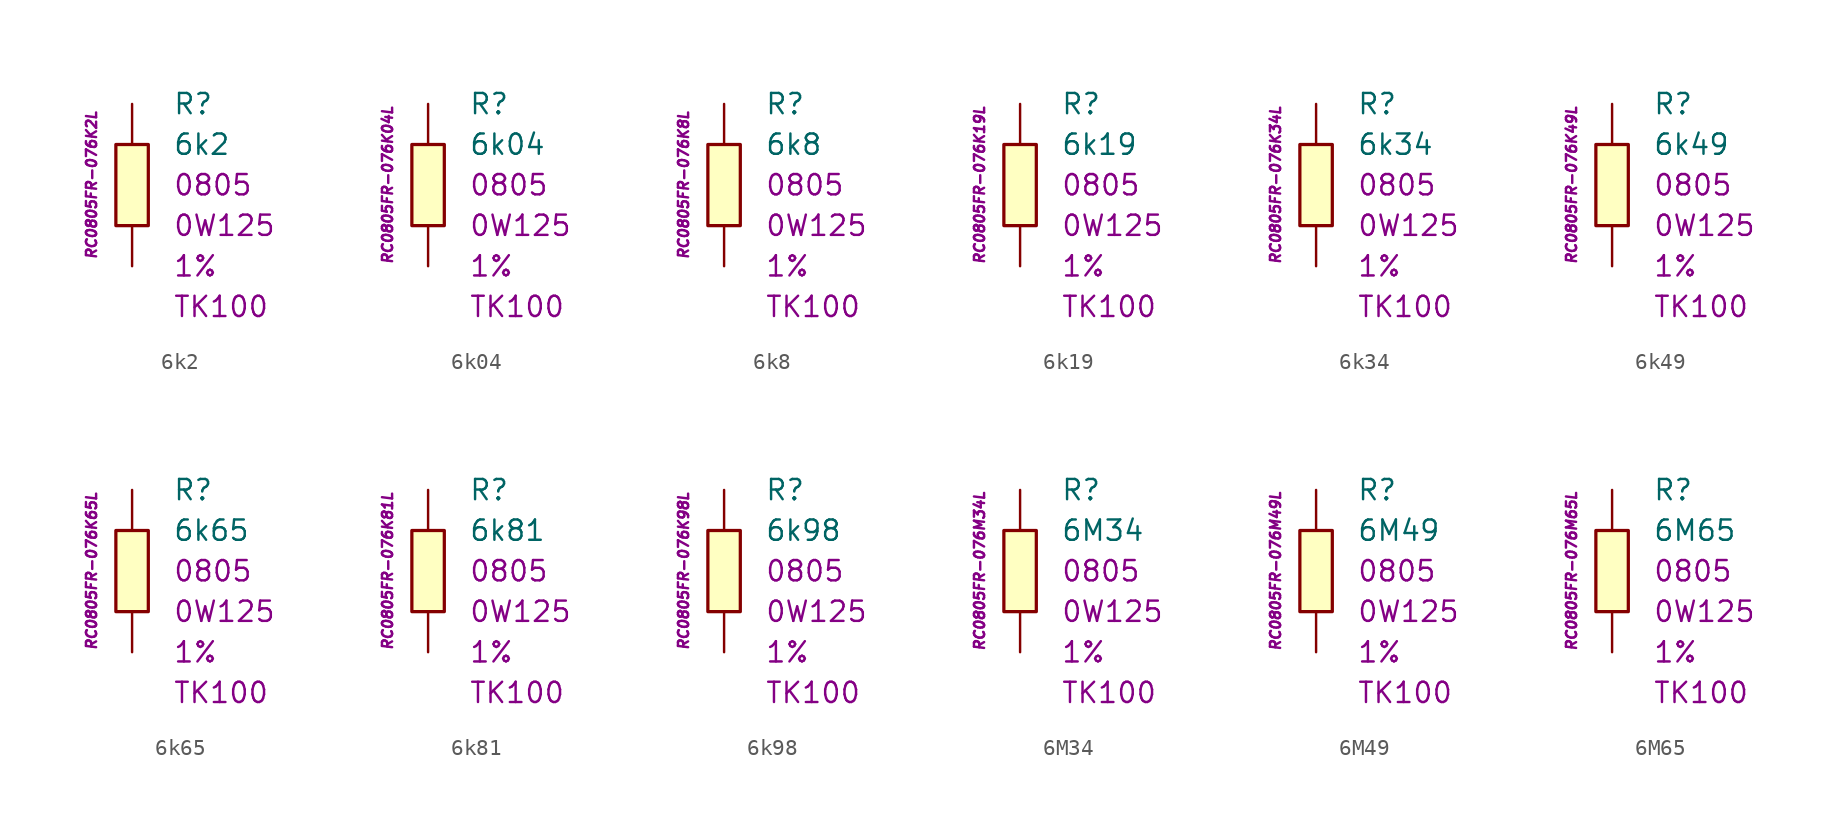
<source format=kicad_sym>
(kicad_symbol_lib
  (version 20201005)
  (generator kicad_symbol_editor)
  (symbol "6k2"
    (pin_numbers hide)
    (pin_names
      (offset 1.016) hide)
    (property "Reference" "R"
      (at 2.54 5.08 0)
      (effects (font (size 1.27 1.27)) (justify left)))
    (property "Value" "6k2"
      (at 2.54 2.54 0)
      (effects (font (size 1.27 1.27)) (justify left)))
    (property "Package" "0805"
      (at 2.54 0 0)
      (effects (font (size 1.27 1.27)) (justify left)))
    (property "Power" "0W125"
      (at 2.54 -2.54 0)
      (effects (font (size 1.27 1.27)) (justify left)))
    (property "Tolerance" "1%"
      (at 2.54 -5.08 0)
      (effects (font (size 1.27 1.27)) (justify left)))
    (property "TK" "TK100"
      (at 2.54 -7.62 0)
      (effects (font (size 1.27 1.27)) (justify left)))
    (property "ID" "RC0805FR-076K2L"
      (at -2.54 0 90)
      (effects (font (size 0.635 0.635) italic)))
    (symbol "6k2_0_1"
      (rectangle (start -1.016 2.54) (end 1.016 -2.54) (stroke (width 0.203)) (fill (type background))))
    (symbol "6k2_1_1"
      (pin passive line (at 0 5.08 270) (length 2.54) (name "~" (effects (font (size 1.778 1.778)))) (number "1" (effects (font (size 1.778 1.778)))))
      (pin passive line (at 0 -5.08 90) (length 2.54) (name "~" (effects (font (size 1.778 1.778)))) (number "2" (effects (font (size 1.778 1.778)))))))
  (symbol "6k04"
    (pin_numbers hide)
    (pin_names
      (offset 1.016) hide)
    (property "Reference" "R"
      (at 2.54 5.08 0)
      (effects (font (size 1.27 1.27)) (justify left)))
    (property "Value" "6k04"
      (at 2.54 2.54 0)
      (effects (font (size 1.27 1.27)) (justify left)))
    (property "Package" "0805"
      (at 2.54 0 0)
      (effects (font (size 1.27 1.27)) (justify left)))
    (property "Power" "0W125"
      (at 2.54 -2.54 0)
      (effects (font (size 1.27 1.27)) (justify left)))
    (property "Tolerance" "1%"
      (at 2.54 -5.08 0)
      (effects (font (size 1.27 1.27)) (justify left)))
    (property "TK" "TK100"
      (at 2.54 -7.62 0)
      (effects (font (size 1.27 1.27)) (justify left)))
    (property "ID" "RC0805FR-076K04L"
      (at -2.54 0 90)
      (effects (font (size 0.635 0.635) italic)))
    (symbol "6k04_0_1"
      (rectangle (start -1.016 2.54) (end 1.016 -2.54) (stroke (width 0.203)) (fill (type background))))
    (symbol "6k04_1_1"
      (pin passive line (at 0 5.08 270) (length 2.54) (name "~" (effects (font (size 1.778 1.778)))) (number "1" (effects (font (size 1.778 1.778)))))
      (pin passive line (at 0 -5.08 90) (length 2.54) (name "~" (effects (font (size 1.778 1.778)))) (number "2" (effects (font (size 1.778 1.778)))))))
  (symbol "6k8"
    (pin_numbers hide)
    (pin_names
      (offset 1.016) hide)
    (property "Reference" "R"
      (at 2.54 5.08 0)
      (effects (font (size 1.27 1.27)) (justify left)))
    (property "Value" "6k8"
      (at 2.54 2.54 0)
      (effects (font (size 1.27 1.27)) (justify left)))
    (property "Package" "0805"
      (at 2.54 0 0)
      (effects (font (size 1.27 1.27)) (justify left)))
    (property "Power" "0W125"
      (at 2.54 -2.54 0)
      (effects (font (size 1.27 1.27)) (justify left)))
    (property "Tolerance" "1%"
      (at 2.54 -5.08 0)
      (effects (font (size 1.27 1.27)) (justify left)))
    (property "TK" "TK100"
      (at 2.54 -7.62 0)
      (effects (font (size 1.27 1.27)) (justify left)))
    (property "ID" "RC0805FR-076K8L"
      (at -2.54 0 90)
      (effects (font (size 0.635 0.635) italic)))
    (symbol "6k8_0_1"
      (rectangle (start -1.016 2.54) (end 1.016 -2.54) (stroke (width 0.203)) (fill (type background))))
    (symbol "6k8_1_1"
      (pin passive line (at 0 5.08 270) (length 2.54) (name "~" (effects (font (size 1.778 1.778)))) (number "1" (effects (font (size 1.778 1.778)))))
      (pin passive line (at 0 -5.08 90) (length 2.54) (name "~" (effects (font (size 1.778 1.778)))) (number "2" (effects (font (size 1.778 1.778)))))))
  (symbol "6k19"
    (pin_numbers hide)
    (pin_names
      (offset 1.016) hide)
    (property "Reference" "R"
      (at 2.54 5.08 0)
      (effects (font (size 1.27 1.27)) (justify left)))
    (property "Value" "6k19"
      (at 2.54 2.54 0)
      (effects (font (size 1.27 1.27)) (justify left)))
    (property "Package" "0805"
      (at 2.54 0 0)
      (effects (font (size 1.27 1.27)) (justify left)))
    (property "Power" "0W125"
      (at 2.54 -2.54 0)
      (effects (font (size 1.27 1.27)) (justify left)))
    (property "Tolerance" "1%"
      (at 2.54 -5.08 0)
      (effects (font (size 1.27 1.27)) (justify left)))
    (property "TK" "TK100"
      (at 2.54 -7.62 0)
      (effects (font (size 1.27 1.27)) (justify left)))
    (property "ID" "RC0805FR-076K19L"
      (at -2.54 0 90)
      (effects (font (size 0.635 0.635) italic)))
    (symbol "6k19_0_1"
      (rectangle (start -1.016 2.54) (end 1.016 -2.54) (stroke (width 0.203)) (fill (type background))))
    (symbol "6k19_1_1"
      (pin passive line (at 0 5.08 270) (length 2.54) (name "~" (effects (font (size 1.778 1.778)))) (number "1" (effects (font (size 1.778 1.778)))))
      (pin passive line (at 0 -5.08 90) (length 2.54) (name "~" (effects (font (size 1.778 1.778)))) (number "2" (effects (font (size 1.778 1.778)))))))
  (symbol "6k34"
    (pin_numbers hide)
    (pin_names
      (offset 1.016) hide)
    (property "Reference" "R"
      (at 2.54 5.08 0)
      (effects (font (size 1.27 1.27)) (justify left)))
    (property "Value" "6k34"
      (at 2.54 2.54 0)
      (effects (font (size 1.27 1.27)) (justify left)))
    (property "Package" "0805"
      (at 2.54 0 0)
      (effects (font (size 1.27 1.27)) (justify left)))
    (property "Power" "0W125"
      (at 2.54 -2.54 0)
      (effects (font (size 1.27 1.27)) (justify left)))
    (property "Tolerance" "1%"
      (at 2.54 -5.08 0)
      (effects (font (size 1.27 1.27)) (justify left)))
    (property "TK" "TK100"
      (at 2.54 -7.62 0)
      (effects (font (size 1.27 1.27)) (justify left)))
    (property "ID" "RC0805FR-076K34L"
      (at -2.54 0 90)
      (effects (font (size 0.635 0.635) italic)))
    (symbol "6k34_0_1"
      (rectangle (start -1.016 2.54) (end 1.016 -2.54) (stroke (width 0.203)) (fill (type background))))
    (symbol "6k34_1_1"
      (pin passive line (at 0 5.08 270) (length 2.54) (name "~" (effects (font (size 1.778 1.778)))) (number "1" (effects (font (size 1.778 1.778)))))
      (pin passive line (at 0 -5.08 90) (length 2.54) (name "~" (effects (font (size 1.778 1.778)))) (number "2" (effects (font (size 1.778 1.778)))))))
  (symbol "6k49"
    (pin_numbers hide)
    (pin_names
      (offset 1.016) hide)
    (property "Reference" "R"
      (at 2.54 5.08 0)
      (effects (font (size 1.27 1.27)) (justify left)))
    (property "Value" "6k49"
      (at 2.54 2.54 0)
      (effects (font (size 1.27 1.27)) (justify left)))
    (property "Package" "0805"
      (at 2.54 0 0)
      (effects (font (size 1.27 1.27)) (justify left)))
    (property "Power" "0W125"
      (at 2.54 -2.54 0)
      (effects (font (size 1.27 1.27)) (justify left)))
    (property "Tolerance" "1%"
      (at 2.54 -5.08 0)
      (effects (font (size 1.27 1.27)) (justify left)))
    (property "TK" "TK100"
      (at 2.54 -7.62 0)
      (effects (font (size 1.27 1.27)) (justify left)))
    (property "ID" "RC0805FR-076K49L"
      (at -2.54 0 90)
      (effects (font (size 0.635 0.635) italic)))
    (symbol "6k49_0_1"
      (rectangle (start -1.016 2.54) (end 1.016 -2.54) (stroke (width 0.203)) (fill (type background))))
    (symbol "6k49_1_1"
      (pin passive line (at 0 5.08 270) (length 2.54) (name "~" (effects (font (size 1.778 1.778)))) (number "1" (effects (font (size 1.778 1.778)))))
      (pin passive line (at 0 -5.08 90) (length 2.54) (name "~" (effects (font (size 1.778 1.778)))) (number "2" (effects (font (size 1.778 1.778)))))))
  (symbol "6k65"
    (pin_numbers hide)
    (pin_names
      (offset 1.016) hide)
    (property "Reference" "R"
      (at 2.54 5.08 0)
      (effects (font (size 1.27 1.27)) (justify left)))
    (property "Value" "6k65"
      (at 2.54 2.54 0)
      (effects (font (size 1.27 1.27)) (justify left)))
    (property "Package" "0805"
      (at 2.54 0 0)
      (effects (font (size 1.27 1.27)) (justify left)))
    (property "Power" "0W125"
      (at 2.54 -2.54 0)
      (effects (font (size 1.27 1.27)) (justify left)))
    (property "Tolerance" "1%"
      (at 2.54 -5.08 0)
      (effects (font (size 1.27 1.27)) (justify left)))
    (property "TK" "TK100"
      (at 2.54 -7.62 0)
      (effects (font (size 1.27 1.27)) (justify left)))
    (property "ID" "RC0805FR-076K65L"
      (at -2.54 0 90)
      (effects (font (size 0.635 0.635) italic)))
    (symbol "6k65_0_1"
      (rectangle (start -1.016 2.54) (end 1.016 -2.54) (stroke (width 0.203)) (fill (type background))))
    (symbol "6k65_1_1"
      (pin passive line (at 0 5.08 270) (length 2.54) (name "~" (effects (font (size 1.778 1.778)))) (number "1" (effects (font (size 1.778 1.778)))))
      (pin passive line (at 0 -5.08 90) (length 2.54) (name "~" (effects (font (size 1.778 1.778)))) (number "2" (effects (font (size 1.778 1.778)))))))
  (symbol "6k81"
    (pin_numbers hide)
    (pin_names
      (offset 1.016) hide)
    (property "Reference" "R"
      (at 2.54 5.08 0)
      (effects (font (size 1.27 1.27)) (justify left)))
    (property "Value" "6k81"
      (at 2.54 2.54 0)
      (effects (font (size 1.27 1.27)) (justify left)))
    (property "Package" "0805"
      (at 2.54 0 0)
      (effects (font (size 1.27 1.27)) (justify left)))
    (property "Power" "0W125"
      (at 2.54 -2.54 0)
      (effects (font (size 1.27 1.27)) (justify left)))
    (property "Tolerance" "1%"
      (at 2.54 -5.08 0)
      (effects (font (size 1.27 1.27)) (justify left)))
    (property "TK" "TK100"
      (at 2.54 -7.62 0)
      (effects (font (size 1.27 1.27)) (justify left)))
    (property "ID" "RC0805FR-076K81L"
      (at -2.54 0 90)
      (effects (font (size 0.635 0.635) italic)))
    (symbol "6k81_0_1"
      (rectangle (start -1.016 2.54) (end 1.016 -2.54) (stroke (width 0.203)) (fill (type background))))
    (symbol "6k81_1_1"
      (pin passive line (at 0 5.08 270) (length 2.54) (name "~" (effects (font (size 1.778 1.778)))) (number "1" (effects (font (size 1.778 1.778)))))
      (pin passive line (at 0 -5.08 90) (length 2.54) (name "~" (effects (font (size 1.778 1.778)))) (number "2" (effects (font (size 1.778 1.778)))))))
  (symbol "6k98"
    (pin_numbers hide)
    (pin_names
      (offset 1.016) hide)
    (property "Reference" "R"
      (at 2.54 5.08 0)
      (effects (font (size 1.27 1.27)) (justify left)))
    (property "Value" "6k98"
      (at 2.54 2.54 0)
      (effects (font (size 1.27 1.27)) (justify left)))
    (property "Package" "0805"
      (at 2.54 0 0)
      (effects (font (size 1.27 1.27)) (justify left)))
    (property "Power" "0W125"
      (at 2.54 -2.54 0)
      (effects (font (size 1.27 1.27)) (justify left)))
    (property "Tolerance" "1%"
      (at 2.54 -5.08 0)
      (effects (font (size 1.27 1.27)) (justify left)))
    (property "TK" "TK100"
      (at 2.54 -7.62 0)
      (effects (font (size 1.27 1.27)) (justify left)))
    (property "ID" "RC0805FR-076K98L"
      (at -2.54 0 90)
      (effects (font (size 0.635 0.635) italic)))
    (symbol "6k98_0_1"
      (rectangle (start -1.016 2.54) (end 1.016 -2.54) (stroke (width 0.203)) (fill (type background))))
    (symbol "6k98_1_1"
      (pin passive line (at 0 5.08 270) (length 2.54) (name "~" (effects (font (size 1.778 1.778)))) (number "1" (effects (font (size 1.778 1.778)))))
      (pin passive line (at 0 -5.08 90) (length 2.54) (name "~" (effects (font (size 1.778 1.778)))) (number "2" (effects (font (size 1.778 1.778)))))))
  (symbol "6M34"
    (pin_numbers hide)
    (pin_names
      (offset 1.016) hide)
    (property "Reference" "R"
      (at 2.54 5.08 0)
      (effects (font (size 1.27 1.27)) (justify left)))
    (property "Value" "6M34"
      (at 2.54 2.54 0)
      (effects (font (size 1.27 1.27)) (justify left)))
    (property "Package" "0805"
      (at 2.54 0 0)
      (effects (font (size 1.27 1.27)) (justify left)))
    (property "Power" "0W125"
      (at 2.54 -2.54 0)
      (effects (font (size 1.27 1.27)) (justify left)))
    (property "Tolerance" "1%"
      (at 2.54 -5.08 0)
      (effects (font (size 1.27 1.27)) (justify left)))
    (property "TK" "TK100"
      (at 2.54 -7.62 0)
      (effects (font (size 1.27 1.27)) (justify left)))
    (property "ID" "RC0805FR-076M34L"
      (at -2.54 0 90)
      (effects (font (size 0.635 0.635) italic)))
    (symbol "6M34_0_1"
      (rectangle (start -1.016 2.54) (end 1.016 -2.54) (stroke (width 0.203)) (fill (type background))))
    (symbol "6M34_1_1"
      (pin passive line (at 0 5.08 270) (length 2.54) (name "~" (effects (font (size 1.778 1.778)))) (number "1" (effects (font (size 1.778 1.778)))))
      (pin passive line (at 0 -5.08 90) (length 2.54) (name "~" (effects (font (size 1.778 1.778)))) (number "2" (effects (font (size 1.778 1.778)))))))
  (symbol "6M49"
    (pin_numbers hide)
    (pin_names
      (offset 1.016) hide)
    (property "Reference" "R"
      (at 2.54 5.08 0)
      (effects (font (size 1.27 1.27)) (justify left)))
    (property "Value" "6M49"
      (at 2.54 2.54 0)
      (effects (font (size 1.27 1.27)) (justify left)))
    (property "Package" "0805"
      (at 2.54 0 0)
      (effects (font (size 1.27 1.27)) (justify left)))
    (property "Power" "0W125"
      (at 2.54 -2.54 0)
      (effects (font (size 1.27 1.27)) (justify left)))
    (property "Tolerance" "1%"
      (at 2.54 -5.08 0)
      (effects (font (size 1.27 1.27)) (justify left)))
    (property "TK" "TK100"
      (at 2.54 -7.62 0)
      (effects (font (size 1.27 1.27)) (justify left)))
    (property "ID" "RC0805FR-076M49L"
      (at -2.54 0 90)
      (effects (font (size 0.635 0.635) italic)))
    (symbol "6M49_0_1"
      (rectangle (start -1.016 2.54) (end 1.016 -2.54) (stroke (width 0.203)) (fill (type background))))
    (symbol "6M49_1_1"
      (pin passive line (at 0 5.08 270) (length 2.54) (name "~" (effects (font (size 1.778 1.778)))) (number "1" (effects (font (size 1.778 1.778)))))
      (pin passive line (at 0 -5.08 90) (length 2.54) (name "~" (effects (font (size 1.778 1.778)))) (number "2" (effects (font (size 1.778 1.778)))))))
  (symbol "6M65"
    (pin_numbers hide)
    (pin_names
      (offset 1.016) hide)
    (property "Reference" "R"
      (at 2.54 5.08 0)
      (effects (font (size 1.27 1.27)) (justify left)))
    (property "Value" "6M65"
      (at 2.54 2.54 0)
      (effects (font (size 1.27 1.27)) (justify left)))
    (property "Package" "0805"
      (at 2.54 0 0)
      (effects (font (size 1.27 1.27)) (justify left)))
    (property "Power" "0W125"
      (at 2.54 -2.54 0)
      (effects (font (size 1.27 1.27)) (justify left)))
    (property "Tolerance" "1%"
      (at 2.54 -5.08 0)
      (effects (font (size 1.27 1.27)) (justify left)))
    (property "TK" "TK100"
      (at 2.54 -7.62 0)
      (effects (font (size 1.27 1.27)) (justify left)))
    (property "ID" "RC0805FR-076M65L"
      (at -2.54 0 90)
      (effects (font (size 0.635 0.635) italic)))
    (symbol "6M65_0_1"
      (rectangle (start -1.016 2.54) (end 1.016 -2.54) (stroke (width 0.203)) (fill (type background))))
    (symbol "6M65_1_1"
      (pin passive line (at 0 5.08 270) (length 2.54) (name "~" (effects (font (size 1.778 1.778)))) (number "1" (effects (font (size 1.778 1.778)))))
      (pin passive line (at 0 -5.08 90) (length 2.54) (name "~" (effects (font (size 1.778 1.778)))) (number "2" (effects (font (size 1.778 1.778))))))))
</source>
